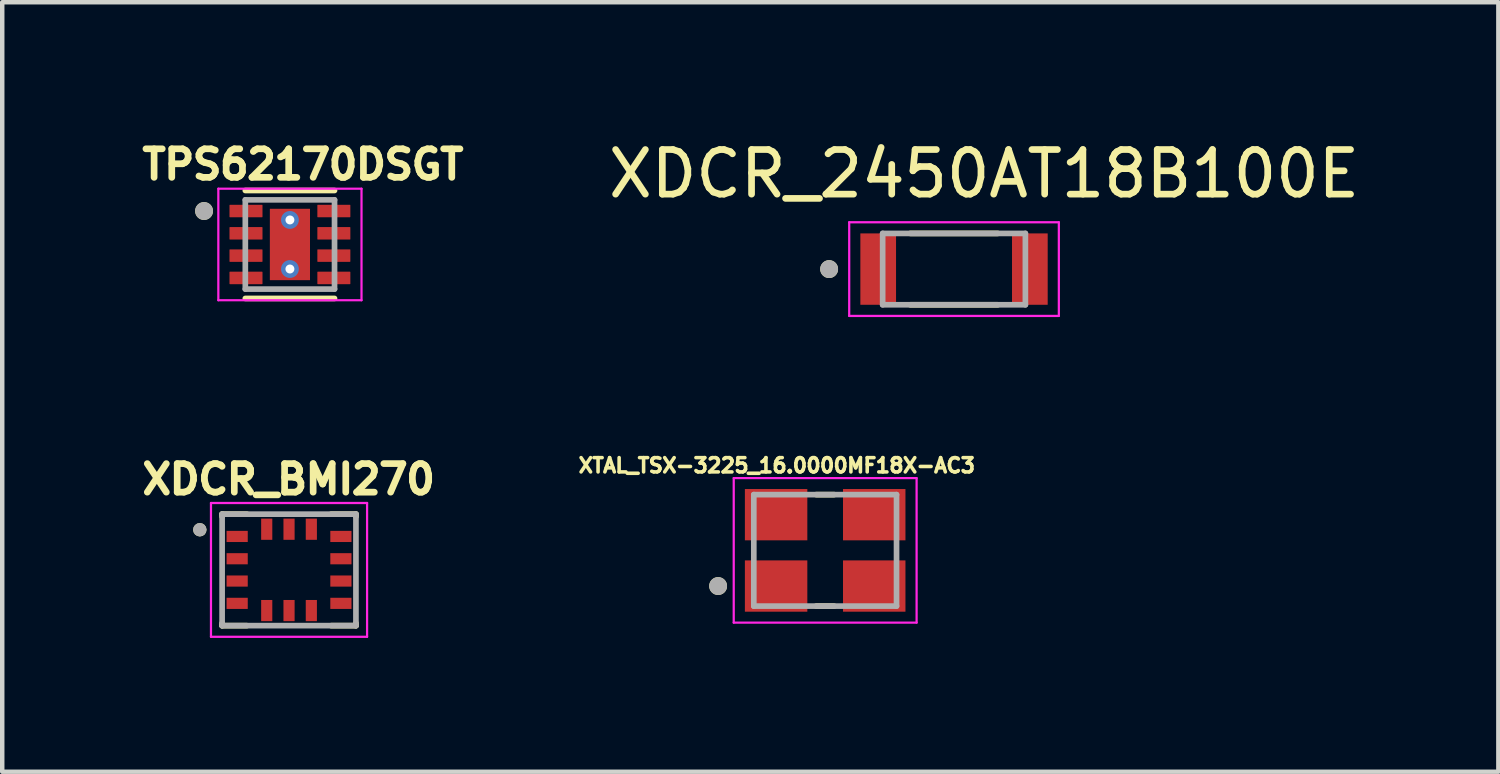
<source format=kicad_pcb>
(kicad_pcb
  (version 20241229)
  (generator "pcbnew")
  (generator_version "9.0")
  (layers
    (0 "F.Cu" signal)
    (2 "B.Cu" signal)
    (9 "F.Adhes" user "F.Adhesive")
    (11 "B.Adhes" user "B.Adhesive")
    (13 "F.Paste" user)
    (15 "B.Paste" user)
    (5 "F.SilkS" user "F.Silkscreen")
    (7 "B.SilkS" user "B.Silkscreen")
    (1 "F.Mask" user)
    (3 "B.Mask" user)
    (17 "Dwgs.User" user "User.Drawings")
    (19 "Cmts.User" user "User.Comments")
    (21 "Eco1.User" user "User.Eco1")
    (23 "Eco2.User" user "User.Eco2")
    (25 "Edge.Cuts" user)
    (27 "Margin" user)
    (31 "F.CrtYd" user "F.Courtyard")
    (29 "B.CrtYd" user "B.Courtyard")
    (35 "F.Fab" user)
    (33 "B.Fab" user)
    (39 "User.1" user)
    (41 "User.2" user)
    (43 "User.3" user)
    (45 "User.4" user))
  (footprint "XDCR_BMI270"
    (layer "F.Cu")
    (at 3.43 9.727)
    (property "Reference" "XDCR_BMI270" (at -0.008 -2.031 0) (layer "F.SilkS") (effects (font (size 0.64 0.64) (thickness 0.15))))
    (attr through_hole)
    (fp_line (start -1.5 -1.25) (end -1.5 -1.195) (stroke (width 0.127) (type solid)) (layer "F.SilkS"))
    (fp_line (start -1.5 -1.25) (end -0.945 -1.25) (stroke (width 0.127) (type solid)) (layer "F.SilkS"))
    (fp_line (start -1.5 1.195) (end -1.5 1.25) (stroke (width 0.127) (type solid)) (layer "F.SilkS"))
    (fp_line (start -1.5 1.25) (end -0.945 1.25) (stroke (width 0.127) (type solid)) (layer "F.SilkS"))
    (fp_line (start 0.945 -1.25) (end 1.5 -1.25) (stroke (width 0.127) (type solid)) (layer "F.SilkS"))
    (fp_line (start 0.945 1.25) (end 1.5 1.25) (stroke (width 0.127) (type solid)) (layer "F.SilkS"))
    (fp_line (start 1.5 -1.25) (end 1.5 -1.195) (stroke (width 0.127) (type solid)) (layer "F.SilkS"))
    (fp_line (start 1.5 1.195) (end 1.5 1.25) (stroke (width 0.127) (type solid)) (layer "F.SilkS"))
    (fp_circle (center -2 -0.9) (end -1.925 -0.9) (stroke (width 0.15) (type solid)) (fill no) (layer "F.SilkS"))
    (fp_line (start -1.75 -1.5) (end 1.75 -1.5) (stroke (width 0.05) (type solid)) (layer "F.CrtYd"))
    (fp_line (start -1.75 1.5) (end -1.75 -1.5) (stroke (width 0.05) (type solid)) (layer "F.CrtYd"))
    (fp_line (start 1.75 -1.5) (end 1.75 1.5) (stroke (width 0.05) (type solid)) (layer "F.CrtYd"))
    (fp_line (start 1.75 1.5) (end -1.75 1.5) (stroke (width 0.05) (type solid)) (layer "F.CrtYd"))
    (fp_line (start -1.5 -1.25) (end -1.5 1.25) (stroke (width 0.127) (type solid)) (layer "F.Fab"))
    (fp_line (start -1.5 1.25) (end 1.5 1.25) (stroke (width 0.127) (type solid)) (layer "F.Fab"))
    (fp_line (start 1.5 -1.25) (end -1.5 -1.25) (stroke (width 0.127) (type solid)) (layer "F.Fab"))
    (fp_line (start 1.5 1.25) (end 1.5 -1.25) (stroke (width 0.127) (type solid)) (layer "F.Fab"))
    (fp_circle (center -2 -0.9) (end -1.925 -0.9) (stroke (width 0.15) (type solid)) (fill no) (layer "F.Fab"))
    (pad "1" smd rect (at -1.163 -0.75) (size 0.475 0.25) (layers "F.Cu" "F.Mask" "F.Paste"))
    (pad "2" smd rect (at -1.163 -0.25) (size 0.475 0.25) (layers "F.Cu" "F.Mask" "F.Paste"))
    (pad "3" smd rect (at -1.163 0.25) (size 0.475 0.25) (layers "F.Cu" "F.Mask" "F.Paste"))
    (pad "4" smd rect (at -1.163 0.75) (size 0.475 0.25) (layers "F.Cu" "F.Mask" "F.Paste"))
    (pad "5" smd rect (at -0.5 0.912) (size 0.25 0.475) (layers "F.Cu" "F.Mask" "F.Paste"))
    (pad "6" smd rect (at 0 0.912) (size 0.25 0.475) (layers "F.Cu" "F.Mask" "F.Paste"))
    (pad "7" smd rect (at 0.5 0.912) (size 0.25 0.475) (layers "F.Cu" "F.Mask" "F.Paste"))
    (pad "8" smd rect (at 1.163 0.75) (size 0.475 0.25) (layers "F.Cu" "F.Mask" "F.Paste"))
    (pad "9" smd rect (at 1.163 0.25) (size 0.475 0.25) (layers "F.Cu" "F.Mask" "F.Paste"))
    (pad "10" smd rect (at 1.163 -0.25) (size 0.475 0.25) (layers "F.Cu" "F.Mask" "F.Paste"))
    (pad "11" smd rect (at 1.163 -0.75) (size 0.475 0.25) (layers "F.Cu" "F.Mask" "F.Paste"))
    (pad "12" smd rect (at 0.5 -0.912) (size 0.25 0.475) (layers "F.Cu" "F.Mask" "F.Paste"))
    (pad "13" smd rect (at 0 -0.912) (size 0.25 0.475) (layers "F.Cu" "F.Mask" "F.Paste"))
    (pad "14" smd rect (at -0.5 -0.912) (size 0.25 0.475) (layers "F.Cu" "F.Mask" "F.Paste")))
  (footprint "TPS62170DSGT"
    (layer "F.Cu")
    (at 3.45 2.431)
    (property "Reference" "TPS62170DSGT" (at 0.292 -1.793 0) (layer "F.SilkS") (effects (font (size 0.64 0.64) (thickness 0.15))))
    (attr through_hole)
    (fp_line (start -1 -1.21) (end 1 -1.21) (stroke (width 0.127) (type solid)) (layer "F.SilkS"))
    (fp_line (start -1 1.21) (end 1 1.21) (stroke (width 0.127) (type solid)) (layer "F.SilkS"))
    (fp_circle (center -1.925 -0.75) (end -1.825 -0.75) (stroke (width 0.2) (type solid)) (fill no) (layer "F.SilkS"))
    (fp_poly (pts (xy -0.28 -0.51) (xy 0.28 -0.51) (xy 0.28 0.51) (xy -0.28 0.51)) (stroke (width 0.01) (type solid)) (fill yes) (layer "F.Paste"))
    (fp_line (start -1.605 -1.25) (end -1.605 1.25) (stroke (width 0.05) (type solid)) (layer "F.CrtYd"))
    (fp_line (start -1.605 -1.25) (end 1.605 -1.25) (stroke (width 0.05) (type solid)) (layer "F.CrtYd"))
    (fp_line (start -1.605 1.25) (end 1.605 1.25) (stroke (width 0.05) (type solid)) (layer "F.CrtYd"))
    (fp_line (start 1.605 -1.25) (end 1.605 1.25) (stroke (width 0.05) (type solid)) (layer "F.CrtYd"))
    (fp_line (start -1 -1) (end -1 1) (stroke (width 0.127) (type solid)) (layer "F.Fab"))
    (fp_line (start -1 -1) (end 1 -1) (stroke (width 0.127) (type solid)) (layer "F.Fab"))
    (fp_line (start -1 1) (end 1 1) (stroke (width 0.127) (type solid)) (layer "F.Fab"))
    (fp_line (start 1 -1) (end 1 1) (stroke (width 0.127) (type solid)) (layer "F.Fab"))
    (fp_circle (center -1.925 -0.75) (end -1.825 -0.75) (stroke (width 0.2) (type solid)) (fill no) (layer "F.Fab"))
    (pad "1" smd roundrect (at -0.985 -0.75) (size 0.74 0.28) (layers "F.Cu" "F.Mask" "F.Paste") (roundrect_rratio 0.04))
    (pad "2" smd roundrect (at -0.985 -0.25) (size 0.74 0.28) (layers "F.Cu" "F.Mask" "F.Paste") (roundrect_rratio 0.04))
    (pad "3" smd roundrect (at -0.985 0.25) (size 0.74 0.28) (layers "F.Cu" "F.Mask" "F.Paste") (roundrect_rratio 0.04))
    (pad "4" smd roundrect (at -0.985 0.75) (size 0.74 0.28) (layers "F.Cu" "F.Mask" "F.Paste") (roundrect_rratio 0.04))
    (pad "5" smd roundrect (at 0.985 0.75) (size 0.74 0.28) (layers "F.Cu" "F.Mask" "F.Paste") (roundrect_rratio 0.04))
    (pad "6" smd roundrect (at 0.985 0.25) (size 0.74 0.28) (layers "F.Cu" "F.Mask" "F.Paste") (roundrect_rratio 0.04))
    (pad "7" smd roundrect (at 0.985 -0.25) (size 0.74 0.28) (layers "F.Cu" "F.Mask" "F.Paste") (roundrect_rratio 0.04))
    (pad "8" smd roundrect (at 0.985 -0.75) (size 0.74 0.28) (layers "F.Cu" "F.Mask" "F.Paste") (roundrect_rratio 0.04))
    (pad "9" smd rect (at 0 0) (size 0.9 1.6) (layers "F.Cu" "F.Mask"))
    (pad "9_1" thru_hole circle (at 0 -0.55) (size 0.4 0.4) (drill 0.2) (layers "*.Cu"))
    (pad "9_2" thru_hole circle (at 0 0.55) (size 0.4 0.4) (drill 0.2) (layers "*.Cu")))
  (footprint "XDCR_2450AT18B100E"
    (layer "F.Cu")
    (at 18.339 2.983)
    (property "Reference" "XDCR_2450AT18B100E" (at 0.675 -2.135 0) (layer "F.SilkS") (effects (font (size 1 1) (thickness 0.15))))
    (attr through_hole)
    (fp_line (start -0.98 -0.8) (end 0.98 -0.8) (stroke (width 0.127) (type solid)) (layer "F.SilkS"))
    (fp_line (start -0.98 0.8) (end 0.98 0.8) (stroke (width 0.127) (type solid)) (layer "F.SilkS"))
    (fp_circle (center -2.8 0) (end -2.7 0) (stroke (width 0.2) (type solid)) (fill no) (layer "F.SilkS"))
    (fp_line (start -2.35 -1.05) (end 2.35 -1.05) (stroke (width 0.05) (type solid)) (layer "F.CrtYd"))
    (fp_line (start -2.35 1.05) (end -2.35 -1.05) (stroke (width 0.05) (type solid)) (layer "F.CrtYd"))
    (fp_line (start 2.35 -1.05) (end 2.35 1.05) (stroke (width 0.05) (type solid)) (layer "F.CrtYd"))
    (fp_line (start 2.35 1.05) (end -2.35 1.05) (stroke (width 0.05) (type solid)) (layer "F.CrtYd"))
    (fp_line (start -1.6 -0.8) (end -1.6 0.8) (stroke (width 0.127) (type solid)) (layer "F.Fab"))
    (fp_line (start -1.6 0.8) (end 1.6 0.8) (stroke (width 0.127) (type solid)) (layer "F.Fab"))
    (fp_line (start 1.6 -0.8) (end -1.6 -0.8) (stroke (width 0.127) (type solid)) (layer "F.Fab"))
    (fp_line (start 1.6 0.8) (end 1.6 -0.8) (stroke (width 0.127) (type solid)) (layer "F.Fab"))
    (fp_circle (center -2.8 0) (end -2.7 0) (stroke (width 0.2) (type solid)) (fill no) (layer "F.Fab"))
    (pad "1" smd rect (at -1.7 0) (size 0.8 1.6) (layers "F.Cu" "F.Mask" "F.Paste"))
    (pad "2" smd rect (at 1.7 0) (size 0.8 1.6) (layers "F.Cu" "F.Mask" "F.Paste")))
  (footprint "XTAL_TSX-3225_16.0000MF18X-AC3"
    (layer "F.Cu")
    (at 15.45 9.289)
    (property "Reference" "XTAL_TSX-3225_16.0000MF18X-AC3" (at -1.084 -1.903 0) (layer "F.SilkS") (effects (font (size 0.32 0.32) (thickness 0.15))))
    (attr through_hole)
    (fp_line (start -0.2 -1.25) (end 0.2 -1.25) (stroke (width 0.127) (type solid)) (layer "F.SilkS"))
    (fp_line (start -0.2 1.25) (end 0.2 1.25) (stroke (width 0.127) (type solid)) (layer "F.SilkS"))
    (fp_circle (center -2.4 0.8) (end -2.3 0.8) (stroke (width 0.2) (type solid)) (fill no) (layer "F.SilkS"))
    (fp_line (start -2.05 -1.62) (end 2.05 -1.62) (stroke (width 0.05) (type solid)) (layer "F.CrtYd"))
    (fp_line (start -2.05 1.62) (end -2.05 -1.62) (stroke (width 0.05) (type solid)) (layer "F.CrtYd"))
    (fp_line (start 2.05 -1.62) (end 2.05 1.62) (stroke (width 0.05) (type solid)) (layer "F.CrtYd"))
    (fp_line (start 2.05 1.62) (end -2.05 1.62) (stroke (width 0.05) (type solid)) (layer "F.CrtYd"))
    (fp_line (start -1.6 -1.25) (end 1.6 -1.25) (stroke (width 0.127) (type solid)) (layer "F.Fab"))
    (fp_line (start -1.6 1.25) (end -1.6 -1.25) (stroke (width 0.127) (type solid)) (layer "F.Fab"))
    (fp_line (start 1.6 -1.25) (end 1.6 1.25) (stroke (width 0.127) (type solid)) (layer "F.Fab"))
    (fp_line (start 1.6 1.25) (end -1.6 1.25) (stroke (width 0.127) (type solid)) (layer "F.Fab"))
    (fp_circle (center -2.4 0.8) (end -2.3 0.8) (stroke (width 0.2) (type solid)) (fill no) (layer "F.Fab"))
    (pad "1" smd rect (at -1.1 0.8) (size 1.4 1.15) (layers "F.Cu" "F.Mask" "F.Paste"))
    (pad "2" smd rect (at 1.1 0.8) (size 1.4 1.15) (layers "F.Cu" "F.Mask" "F.Paste"))
    (pad "3" smd rect (at 1.1 -0.8) (size 1.4 1.15) (layers "F.Cu" "F.Mask" "F.Paste"))
    (pad "4" smd rect (at -1.1 -0.8) (size 1.4 1.15) (layers "F.Cu" "F.Mask" "F.Paste")))
  (gr_rect
    (start -3 -3)
    (end 30.543 14.252)
    (stroke (width 0.1) (type default))
    (fill no)
    (layer "Edge.Cuts")))
</source>
